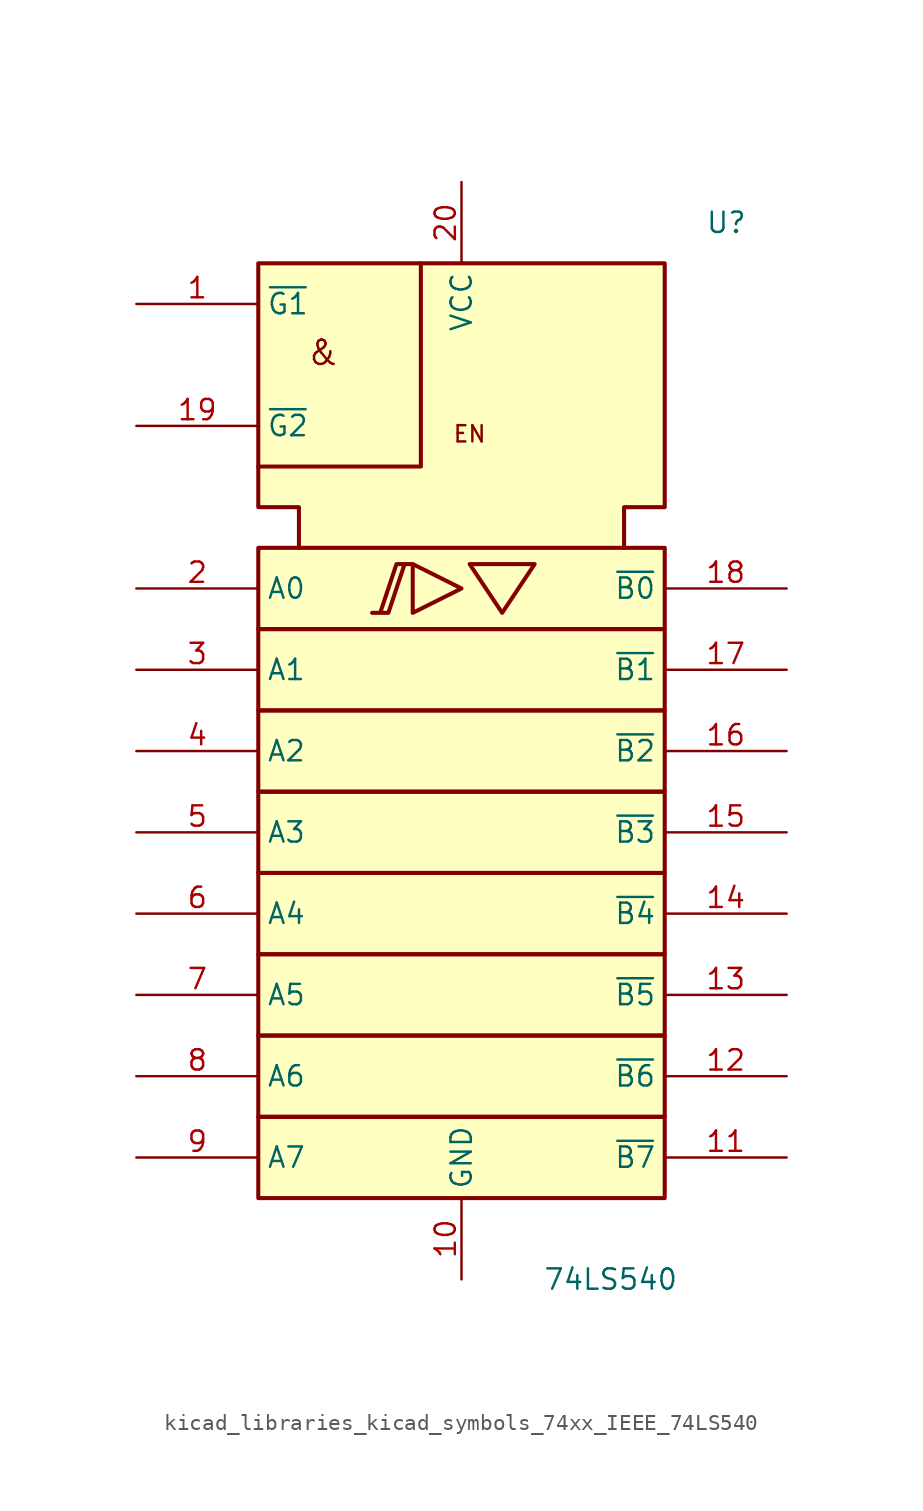
<source format=kicad_sym>
(kicad_symbol_lib
  (version 20220914)
  (generator kicad_symbol_editor)
  (symbol "kicad_libraries_kicad_symbols_74xx_IEEE_74LS540"
    (property "Reference" "U"
      (at 15.24 35.56 0)
      (effects (font (size 1.27 1.27)) (justify left)))
    (property "Value" "74LS540"
      (at 5.08 -30.48 0)
      (effects (font (size 1.27 1.27)) (justify left)))
    (symbol "kicad_libraries_kicad_symbols_74xx_IEEE_74LS540_0_0"
      (polyline (pts (xy -2.54 33.02) (xy -2.54 20.32) (xy -12.7 20.32) (xy -12.7 20.32)) (stroke (width 0.254) (type default)) (fill (type background)))
      (polyline (pts (xy -3.048 14.224) (xy -3.048 11.176) (xy 0 12.7) (xy -3.048 14.224) (xy -3.048 14.224)) (stroke (width 0.254) (type default)) (fill (type background)))
      (polyline (pts (xy 0.508 14.224) (xy 4.572 14.224) (xy 2.54 11.176) (xy 0.508 14.224) (xy 0.508 14.224)) (stroke (width 0.254) (type default)) (fill (type background)))
      (polyline (pts (xy -4.572 11.176) (xy -5.588 11.176) (xy -4.572 11.176) (xy -3.556 14.224) (xy -3.048 14.224) (xy -4.064 14.224) (xy -5.08 11.176) (xy -5.08 11.176)) (stroke (width 0.254) (type default)) (fill (type background)))
      (text "&" (at -8.636 27.432 0) (effects (font (size 1.524 1.524))))
      (text "EN" (at 0.508 22.352 0) (effects (font (size 1.016 1.016))))
      (pin power_in line (at 0 -30.48 90) (length 5.08) (name "GND" (effects (font (size 1.27 1.27)))) (number "10" (effects (font (size 1.27 1.27)))))
      (pin power_in line (at 0 38.1 270) (length 5.08) (name "VCC" (effects (font (size 1.27 1.27)))) (number "20" (effects (font (size 1.27 1.27))))))
    (symbol "kicad_libraries_kicad_symbols_74xx_IEEE_74LS540_0_1"
      (rectangle (start -12.7 -20.32) (end 12.7 -25.4) (stroke (width 0.254) (type default)) (fill (type background)))
      (rectangle (start -12.7 -15.24) (end 12.7 -20.32) (stroke (width 0.254) (type default)) (fill (type background)))
      (rectangle (start -12.7 -10.16) (end 12.7 -15.24) (stroke (width 0.254) (type default)) (fill (type background)))
      (rectangle (start -12.7 -5.08) (end 12.7 -10.16) (stroke (width 0.254) (type default)) (fill (type background)))
      (rectangle (start -12.7 0) (end 12.7 -5.08) (stroke (width 0.254) (type default)) (fill (type background)))
      (rectangle (start -12.7 5.08) (end 12.7 0) (stroke (width 0.254) (type default)) (fill (type background)))
      (rectangle (start -12.7 10.16) (end 12.7 5.08) (stroke (width 0.254) (type default)) (fill (type background)))
      (rectangle (start -12.7 15.24) (end 12.7 10.16) (stroke (width 0.254) (type default)) (fill (type background)))
      (polyline (pts (xy -10.16 15.24) (xy -10.16 17.78) (xy -12.7 17.78) (xy -12.7 33.02) (xy 12.7 33.02) (xy 12.7 17.78) (xy 10.16 17.78) (xy 10.16 15.24) (xy 10.16 15.24)) (stroke (width 0.254) (type default)) (fill (type background))))
    (symbol "kicad_libraries_kicad_symbols_74xx_IEEE_74LS540_1_1"
      (pin input line (at -20.32 30.48 0) (length 7.62) (name "~{G1}" (effects (font (size 1.27 1.27)))) (number "1" (effects (font (size 1.27 1.27)))))
      (pin tri_state line (at 20.32 -22.86 180) (length 7.62) (name "~{B7}" (effects (font (size 1.27 1.27)))) (number "11" (effects (font (size 1.27 1.27)))))
      (pin tri_state line (at 20.32 -17.78 180) (length 7.62) (name "~{B6}" (effects (font (size 1.27 1.27)))) (number "12" (effects (font (size 1.27 1.27)))))
      (pin tri_state line (at 20.32 -12.7 180) (length 7.62) (name "~{B5}" (effects (font (size 1.27 1.27)))) (number "13" (effects (font (size 1.27 1.27)))))
      (pin tri_state line (at 20.32 -7.62 180) (length 7.62) (name "~{B4}" (effects (font (size 1.27 1.27)))) (number "14" (effects (font (size 1.27 1.27)))))
      (pin tri_state line (at 20.32 -2.54 180) (length 7.62) (name "~{B3}" (effects (font (size 1.27 1.27)))) (number "15" (effects (font (size 1.27 1.27)))))
      (pin tri_state line (at 20.32 2.54 180) (length 7.62) (name "~{B2}" (effects (font (size 1.27 1.27)))) (number "16" (effects (font (size 1.27 1.27)))))
      (pin tri_state line (at 20.32 7.62 180) (length 7.62) (name "~{B1}" (effects (font (size 1.27 1.27)))) (number "17" (effects (font (size 1.27 1.27)))))
      (pin tri_state line (at 20.32 12.7 180) (length 7.62) (name "~{B0}" (effects (font (size 1.27 1.27)))) (number "18" (effects (font (size 1.27 1.27)))))
      (pin input line (at -20.32 22.86 0) (length 7.62) (name "~{G2}" (effects (font (size 1.27 1.27)))) (number "19" (effects (font (size 1.27 1.27)))))
      (pin input line (at -20.32 12.7 0) (length 7.62) (name "A0" (effects (font (size 1.27 1.27)))) (number "2" (effects (font (size 1.27 1.27)))))
      (pin input line (at -20.32 7.62 0) (length 7.62) (name "A1" (effects (font (size 1.27 1.27)))) (number "3" (effects (font (size 1.27 1.27)))))
      (pin input line (at -20.32 2.54 0) (length 7.62) (name "A2" (effects (font (size 1.27 1.27)))) (number "4" (effects (font (size 1.27 1.27)))))
      (pin input line (at -20.32 -2.54 0) (length 7.62) (name "A3" (effects (font (size 1.27 1.27)))) (number "5" (effects (font (size 1.27 1.27)))))
      (pin input line (at -20.32 -7.62 0) (length 7.62) (name "A4" (effects (font (size 1.27 1.27)))) (number "6" (effects (font (size 1.27 1.27)))))
      (pin input line (at -20.32 -12.7 0) (length 7.62) (name "A5" (effects (font (size 1.27 1.27)))) (number "7" (effects (font (size 1.27 1.27)))))
      (pin input line (at -20.32 -17.78 0) (length 7.62) (name "A6" (effects (font (size 1.27 1.27)))) (number "8" (effects (font (size 1.27 1.27)))))
      (pin input line (at -20.32 -22.86 0) (length 7.62) (name "A7" (effects (font (size 1.27 1.27)))) (number "9" (effects (font (size 1.27 1.27))))))))
</source>
